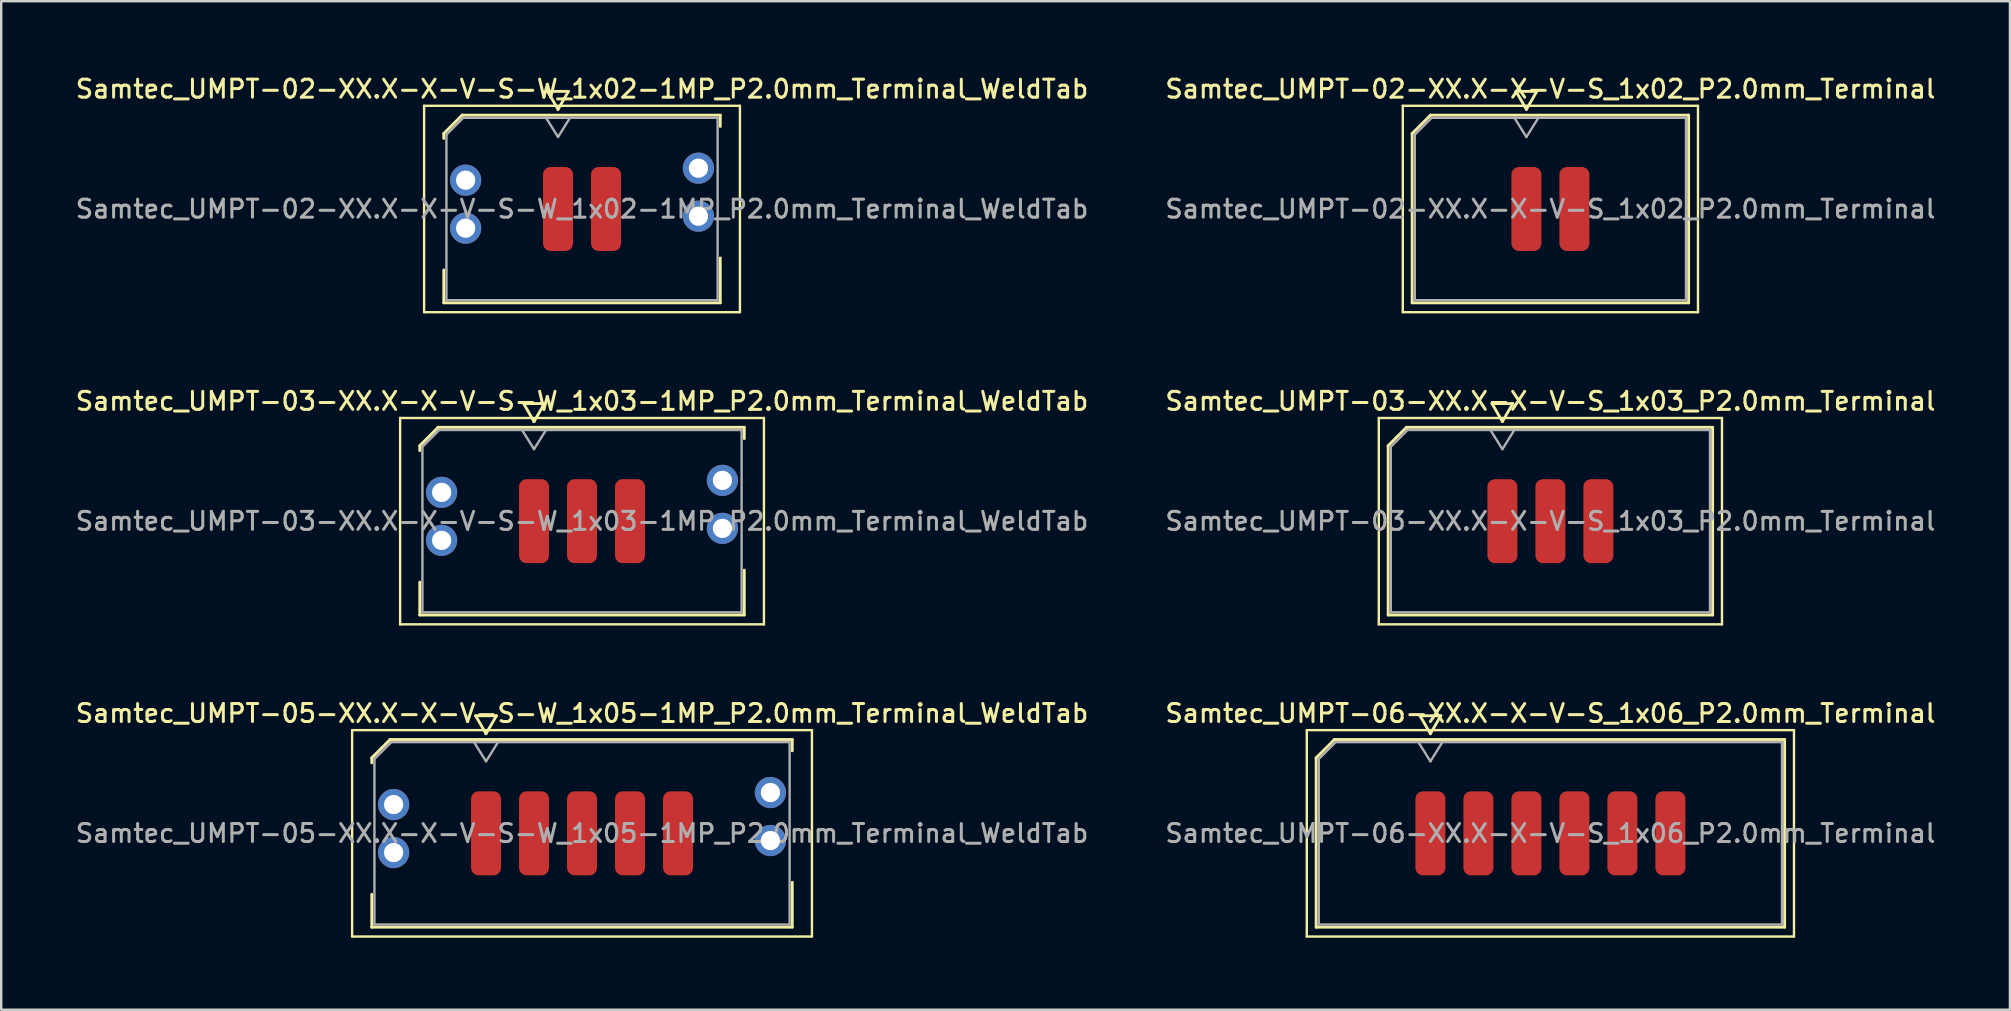
<source format=kicad_pcb>
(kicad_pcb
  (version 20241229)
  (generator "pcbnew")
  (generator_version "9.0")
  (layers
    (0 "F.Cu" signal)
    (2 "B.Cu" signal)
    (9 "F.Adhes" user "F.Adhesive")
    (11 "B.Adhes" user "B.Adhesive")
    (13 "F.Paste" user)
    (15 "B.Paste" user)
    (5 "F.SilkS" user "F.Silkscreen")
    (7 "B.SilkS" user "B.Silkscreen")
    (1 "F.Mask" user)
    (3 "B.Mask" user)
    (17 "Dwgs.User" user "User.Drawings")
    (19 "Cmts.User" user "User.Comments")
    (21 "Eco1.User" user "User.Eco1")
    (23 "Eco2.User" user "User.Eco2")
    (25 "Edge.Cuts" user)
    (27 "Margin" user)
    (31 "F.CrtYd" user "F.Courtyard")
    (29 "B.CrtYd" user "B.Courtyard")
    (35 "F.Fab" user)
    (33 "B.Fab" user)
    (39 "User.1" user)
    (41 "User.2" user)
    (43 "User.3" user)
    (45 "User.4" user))
  (footprint "Samtec_UMPT-06-XX.X-X-V-S_1x06_P2.0mm_Terminal"
    (layer "F.Cu")
    (at 61.552 31.674)
    (property "Reference" "Samtec_UMPT-06-XX.X-X-V-S_1x06_P2.0mm_Terminal" (at 0 -5 0) (layer "F.SilkS") (effects (font (size 0.75 0.75) (thickness 0.125))))
    (attr smd)
    (fp_line (start -10.15 -4.3) (end -10.15 4.3) (stroke (width 0.1) (type solid)) (layer "F.SilkS"))
    (fp_line (start -10.15 4.3) (end 10.15 4.3) (stroke (width 0.1) (type solid)) (layer "F.SilkS"))
    (fp_line (start -9.76 -3.146) (end -8.996 -3.91) (stroke (width 0.12) (type solid)) (layer "F.SilkS"))
    (fp_line (start -9.76 3.91) (end -9.76 -3.146) (stroke (width 0.12) (type solid)) (layer "F.SilkS"))
    (fp_line (start -8.996 -3.91) (end 9.76 -3.91) (stroke (width 0.12) (type solid)) (layer "F.SilkS"))
    (fp_line (start -5.433 -4.9) (end -5 -4.15) (stroke (width 0.12) (type solid)) (layer "F.SilkS"))
    (fp_line (start -5 -4.15) (end -4.567 -4.9) (stroke (width 0.12) (type solid)) (layer "F.SilkS"))
    (fp_line (start -4.567 -4.9) (end -5.433 -4.9) (stroke (width 0.12) (type solid)) (layer "F.SilkS"))
    (fp_line (start 9.76 -3.91) (end 9.76 3.91) (stroke (width 0.12) (type solid)) (layer "F.SilkS"))
    (fp_line (start 9.76 3.91) (end -9.76 3.91) (stroke (width 0.12) (type solid)) (layer "F.SilkS"))
    (fp_line (start 10.15 -4.3) (end -10.15 -4.3) (stroke (width 0.1) (type solid)) (layer "F.SilkS"))
    (fp_line (start 10.15 4.3) (end 10.15 -4.3) (stroke (width 0.1) (type solid)) (layer "F.SilkS"))
    (fp_line (start -9.65 -3.1) (end -8.95 -3.8) (stroke (width 0.1) (type solid)) (layer "F.Fab"))
    (fp_line (start -9.65 3.8) (end -9.65 -3.1) (stroke (width 0.1) (type solid)) (layer "F.Fab"))
    (fp_line (start -8.95 -3.8) (end 9.65 -3.8) (stroke (width 0.1) (type solid)) (layer "F.Fab"))
    (fp_line (start -5.5 -3.8) (end -5 -3) (stroke (width 0.1) (type solid)) (layer "F.Fab"))
    (fp_line (start -5 -3) (end -4.5 -3.8) (stroke (width 0.1) (type solid)) (layer "F.Fab"))
    (fp_line (start 9.65 -3.8) (end 9.65 3.8) (stroke (width 0.1) (type solid)) (layer "F.Fab"))
    (fp_line (start 9.65 3.8) (end -9.65 3.8) (stroke (width 0.1) (type solid)) (layer "F.Fab"))
    (fp_text user "${REFERENCE}" (at 0 0 0) (layer "F.Fab") (effects (font (size 0.75 0.75) (thickness 0.125))))
    (pad "1" smd roundrect (at -5 0) (size 1.25 3.5) (layers "F.Cu" "F.Mask" "F.Paste") (roundrect_rratio 0.25))
    (pad "2" smd roundrect (at -3 0) (size 1.25 3.5) (layers "F.Cu" "F.Mask" "F.Paste") (roundrect_rratio 0.25))
    (pad "3" smd roundrect (at -1 0) (size 1.25 3.5) (layers "F.Cu" "F.Mask" "F.Paste") (roundrect_rratio 0.25))
    (pad "4" smd roundrect (at 1 0) (size 1.25 3.5) (layers "F.Cu" "F.Mask" "F.Paste") (roundrect_rratio 0.25))
    (pad "5" smd roundrect (at 3 0) (size 1.25 3.5) (layers "F.Cu" "F.Mask" "F.Paste") (roundrect_rratio 0.25))
    (pad "6" smd roundrect (at 5 0) (size 1.25 3.5) (layers "F.Cu" "F.Mask" "F.Paste") (roundrect_rratio 0.25)))
  (footprint "Samtec_UMPT-02-XX.X-X-V-S_1x02_P2.0mm_Terminal"
    (layer "F.Cu")
    (at 61.552 5.658)
    (property "Reference" "Samtec_UMPT-02-XX.X-X-V-S_1x02_P2.0mm_Terminal" (at 0 -5 0) (layer "F.SilkS") (effects (font (size 0.75 0.75) (thickness 0.125))))
    (attr smd)
    (fp_line (start -6.15 -4.3) (end -6.15 4.3) (stroke (width 0.1) (type solid)) (layer "F.SilkS"))
    (fp_line (start -6.15 4.3) (end 6.15 4.3) (stroke (width 0.1) (type solid)) (layer "F.SilkS"))
    (fp_line (start -5.76 -3.146) (end -4.996 -3.91) (stroke (width 0.12) (type solid)) (layer "F.SilkS"))
    (fp_line (start -5.76 3.91) (end -5.76 -3.146) (stroke (width 0.12) (type solid)) (layer "F.SilkS"))
    (fp_line (start -4.996 -3.91) (end 5.76 -3.91) (stroke (width 0.12) (type solid)) (layer "F.SilkS"))
    (fp_line (start -1.433 -4.9) (end -1 -4.15) (stroke (width 0.12) (type solid)) (layer "F.SilkS"))
    (fp_line (start -1 -4.15) (end -0.567 -4.9) (stroke (width 0.12) (type solid)) (layer "F.SilkS"))
    (fp_line (start -0.567 -4.9) (end -1.433 -4.9) (stroke (width 0.12) (type solid)) (layer "F.SilkS"))
    (fp_line (start 5.76 -3.91) (end 5.76 3.91) (stroke (width 0.12) (type solid)) (layer "F.SilkS"))
    (fp_line (start 5.76 3.91) (end -5.76 3.91) (stroke (width 0.12) (type solid)) (layer "F.SilkS"))
    (fp_line (start 6.15 -4.3) (end -6.15 -4.3) (stroke (width 0.1) (type solid)) (layer "F.SilkS"))
    (fp_line (start 6.15 4.3) (end 6.15 -4.3) (stroke (width 0.1) (type solid)) (layer "F.SilkS"))
    (fp_line (start -5.65 -3.1) (end -4.95 -3.8) (stroke (width 0.1) (type solid)) (layer "F.Fab"))
    (fp_line (start -5.65 3.8) (end -5.65 -3.1) (stroke (width 0.1) (type solid)) (layer "F.Fab"))
    (fp_line (start -4.95 -3.8) (end 5.65 -3.8) (stroke (width 0.1) (type solid)) (layer "F.Fab"))
    (fp_line (start -1.5 -3.8) (end -1 -3) (stroke (width 0.1) (type solid)) (layer "F.Fab"))
    (fp_line (start -1 -3) (end -0.5 -3.8) (stroke (width 0.1) (type solid)) (layer "F.Fab"))
    (fp_line (start 5.65 -3.8) (end 5.65 3.8) (stroke (width 0.1) (type solid)) (layer "F.Fab"))
    (fp_line (start 5.65 3.8) (end -5.65 3.8) (stroke (width 0.1) (type solid)) (layer "F.Fab"))
    (fp_text user "${REFERENCE}" (at 0 0 0) (layer "F.Fab") (effects (font (size 0.75 0.75) (thickness 0.125))))
    (pad "1" smd roundrect (at -1 0) (size 1.25 3.5) (layers "F.Cu" "F.Mask" "F.Paste") (roundrect_rratio 0.25))
    (pad "2" smd roundrect (at 1 0) (size 1.25 3.5) (layers "F.Cu" "F.Mask" "F.Paste") (roundrect_rratio 0.25)))
  (footprint "Samtec_UMPT-02-XX.X-X-V-S-W_1x02-1MP_P2.0mm_Terminal_WeldTab"
    (layer "F.Cu")
    (at 21.202 5.658)
    (property "Reference" "Samtec_UMPT-02-XX.X-X-V-S-W_1x02-1MP_P2.0mm_Terminal_WeldTab" (at 0 -5 0) (layer "F.SilkS") (effects (font (size 0.75 0.75) (thickness 0.125))))
    (attr smd)
    (fp_line (start -6.58 -4.3) (end -6.58 4.3) (stroke (width 0.1) (type solid)) (layer "F.SilkS"))
    (fp_line (start -6.58 4.3) (end 6.58 4.3) (stroke (width 0.1) (type solid)) (layer "F.SilkS"))
    (fp_line (start -5.76 -3.146) (end -4.996 -3.91) (stroke (width 0.12) (type solid)) (layer "F.SilkS"))
    (fp_line (start -5.76 -2.94) (end -5.76 -3.146) (stroke (width 0.12) (type solid)) (layer "F.SilkS"))
    (fp_line (start -5.76 3.91) (end -5.76 2.54) (stroke (width 0.12) (type solid)) (layer "F.SilkS"))
    (fp_line (start -4.996 -3.91) (end 5.76 -3.91) (stroke (width 0.12) (type solid)) (layer "F.SilkS"))
    (fp_line (start -1.433 -4.9) (end -1 -4.15) (stroke (width 0.12) (type solid)) (layer "F.SilkS"))
    (fp_line (start -1 -4.15) (end -0.567 -4.9) (stroke (width 0.12) (type solid)) (layer "F.SilkS"))
    (fp_line (start -0.567 -4.9) (end -1.433 -4.9) (stroke (width 0.12) (type solid)) (layer "F.SilkS"))
    (fp_line (start 5.76 -3.91) (end 5.76 -3.44) (stroke (width 0.12) (type solid)) (layer "F.SilkS"))
    (fp_line (start 5.76 2.04) (end 5.76 3.91) (stroke (width 0.12) (type solid)) (layer "F.SilkS"))
    (fp_line (start 5.76 3.91) (end -5.76 3.91) (stroke (width 0.12) (type solid)) (layer "F.SilkS"))
    (fp_line (start 6.58 -4.3) (end -6.58 -4.3) (stroke (width 0.1) (type solid)) (layer "F.SilkS"))
    (fp_line (start 6.58 4.3) (end 6.58 -4.3) (stroke (width 0.1) (type solid)) (layer "F.SilkS"))
    (fp_line (start -5.65 -3.1) (end -4.95 -3.8) (stroke (width 0.1) (type solid)) (layer "F.Fab"))
    (fp_line (start -5.65 3.8) (end -5.65 -3.1) (stroke (width 0.1) (type solid)) (layer "F.Fab"))
    (fp_line (start -4.95 -3.8) (end 5.65 -3.8) (stroke (width 0.1) (type solid)) (layer "F.Fab"))
    (fp_line (start -1.5 -3.8) (end -1 -3) (stroke (width 0.1) (type solid)) (layer "F.Fab"))
    (fp_line (start -1 -3) (end -0.5 -3.8) (stroke (width 0.1) (type solid)) (layer "F.Fab"))
    (fp_line (start 5.65 -3.8) (end 5.65 3.8) (stroke (width 0.1) (type solid)) (layer "F.Fab"))
    (fp_line (start 5.65 3.8) (end -5.65 3.8) (stroke (width 0.1) (type solid)) (layer "F.Fab"))
    (fp_text user "${REFERENCE}" (at 0 0 0) (layer "F.Fab") (effects (font (size 0.75 0.75) (thickness 0.125))))
    (pad "" smd rect (at -4.85 -1.54) (size 2.45 2.28) (layers "F.Paste"))
    (pad "" smd rect (at -4.85 1.14) (size 2.45 2.28) (layers "F.Paste"))
    (pad "" smd rect (at 4.85 -2.04) (size 2.45 2.28) (layers "F.Paste"))
    (pad "" smd rect (at 4.85 0.64) (size 2.45 2.28) (layers "F.Paste"))
    (pad "1" smd roundrect (at -1 0) (size 1.25 3.5) (layers "F.Cu" "F.Mask" "F.Paste") (roundrect_rratio 0.25))
    (pad "2" smd roundrect (at 1 0) (size 1.25 3.5) (layers "F.Cu" "F.Mask" "F.Paste") (roundrect_rratio 0.25))
    (pad "MP" thru_hole circle (at -4.85 -1.2) (size 1.3 1.3) (drill 0.8) (layers "*.Cu" "*.Mask"))
    (pad "MP" thru_hole circle (at -4.85 0.8) (size 1.3 1.3) (drill 0.8) (layers "*.Cu" "*.Mask"))
    (pad "MP" thru_hole circle (at 4.85 -1.7) (size 1.3 1.3) (drill 0.8) (layers "*.Cu" "*.Mask"))
    (pad "MP" thru_hole circle (at 4.85 0.3) (size 1.3 1.3) (drill 0.8) (layers "*.Cu" "*.Mask")))
  (footprint "Samtec_UMPT-03-XX.X-X-V-S_1x03_P2.0mm_Terminal"
    (layer "F.Cu")
    (at 61.552 18.666)
    (property "Reference" "Samtec_UMPT-03-XX.X-X-V-S_1x03_P2.0mm_Terminal" (at 0 -5 0) (layer "F.SilkS") (effects (font (size 0.75 0.75) (thickness 0.125))))
    (attr smd)
    (fp_line (start -7.15 -4.3) (end -7.15 4.3) (stroke (width 0.1) (type solid)) (layer "F.SilkS"))
    (fp_line (start -7.15 4.3) (end 7.15 4.3) (stroke (width 0.1) (type solid)) (layer "F.SilkS"))
    (fp_line (start -6.76 -3.146) (end -5.996 -3.91) (stroke (width 0.12) (type solid)) (layer "F.SilkS"))
    (fp_line (start -6.76 3.91) (end -6.76 -3.146) (stroke (width 0.12) (type solid)) (layer "F.SilkS"))
    (fp_line (start -5.996 -3.91) (end 6.76 -3.91) (stroke (width 0.12) (type solid)) (layer "F.SilkS"))
    (fp_line (start -2.433 -4.9) (end -2 -4.15) (stroke (width 0.12) (type solid)) (layer "F.SilkS"))
    (fp_line (start -2 -4.15) (end -1.567 -4.9) (stroke (width 0.12) (type solid)) (layer "F.SilkS"))
    (fp_line (start -1.567 -4.9) (end -2.433 -4.9) (stroke (width 0.12) (type solid)) (layer "F.SilkS"))
    (fp_line (start 6.76 -3.91) (end 6.76 3.91) (stroke (width 0.12) (type solid)) (layer "F.SilkS"))
    (fp_line (start 6.76 3.91) (end -6.76 3.91) (stroke (width 0.12) (type solid)) (layer "F.SilkS"))
    (fp_line (start 7.15 -4.3) (end -7.15 -4.3) (stroke (width 0.1) (type solid)) (layer "F.SilkS"))
    (fp_line (start 7.15 4.3) (end 7.15 -4.3) (stroke (width 0.1) (type solid)) (layer "F.SilkS"))
    (fp_line (start -6.65 -3.1) (end -5.95 -3.8) (stroke (width 0.1) (type solid)) (layer "F.Fab"))
    (fp_line (start -6.65 3.8) (end -6.65 -3.1) (stroke (width 0.1) (type solid)) (layer "F.Fab"))
    (fp_line (start -5.95 -3.8) (end 6.65 -3.8) (stroke (width 0.1) (type solid)) (layer "F.Fab"))
    (fp_line (start -2.5 -3.8) (end -2 -3) (stroke (width 0.1) (type solid)) (layer "F.Fab"))
    (fp_line (start -2 -3) (end -1.5 -3.8) (stroke (width 0.1) (type solid)) (layer "F.Fab"))
    (fp_line (start 6.65 -3.8) (end 6.65 3.8) (stroke (width 0.1) (type solid)) (layer "F.Fab"))
    (fp_line (start 6.65 3.8) (end -6.65 3.8) (stroke (width 0.1) (type solid)) (layer "F.Fab"))
    (fp_text user "${REFERENCE}" (at 0 0 0) (layer "F.Fab") (effects (font (size 0.75 0.75) (thickness 0.125))))
    (pad "1" smd roundrect (at -2 0) (size 1.25 3.5) (layers "F.Cu" "F.Mask" "F.Paste") (roundrect_rratio 0.25))
    (pad "2" smd roundrect (at 0 0) (size 1.25 3.5) (layers "F.Cu" "F.Mask" "F.Paste") (roundrect_rratio 0.25))
    (pad "3" smd roundrect (at 2 0) (size 1.25 3.5) (layers "F.Cu" "F.Mask" "F.Paste") (roundrect_rratio 0.25)))
  (footprint "Samtec_UMPT-03-XX.X-X-V-S-W_1x03-1MP_P2.0mm_Terminal_WeldTab"
    (layer "F.Cu")
    (at 21.202 18.666)
    (property "Reference" "Samtec_UMPT-03-XX.X-X-V-S-W_1x03-1MP_P2.0mm_Terminal_WeldTab" (at 0 -5 0) (layer "F.SilkS") (effects (font (size 0.75 0.75) (thickness 0.125))))
    (attr smd)
    (fp_line (start -7.58 -4.3) (end -7.58 4.3) (stroke (width 0.1) (type solid)) (layer "F.SilkS"))
    (fp_line (start -7.58 4.3) (end 7.58 4.3) (stroke (width 0.1) (type solid)) (layer "F.SilkS"))
    (fp_line (start -6.76 -3.146) (end -5.996 -3.91) (stroke (width 0.12) (type solid)) (layer "F.SilkS"))
    (fp_line (start -6.76 -2.94) (end -6.76 -3.146) (stroke (width 0.12) (type solid)) (layer "F.SilkS"))
    (fp_line (start -6.76 3.91) (end -6.76 2.54) (stroke (width 0.12) (type solid)) (layer "F.SilkS"))
    (fp_line (start -5.996 -3.91) (end 6.76 -3.91) (stroke (width 0.12) (type solid)) (layer "F.SilkS"))
    (fp_line (start -2.433 -4.9) (end -2 -4.15) (stroke (width 0.12) (type solid)) (layer "F.SilkS"))
    (fp_line (start -2 -4.15) (end -1.567 -4.9) (stroke (width 0.12) (type solid)) (layer "F.SilkS"))
    (fp_line (start -1.567 -4.9) (end -2.433 -4.9) (stroke (width 0.12) (type solid)) (layer "F.SilkS"))
    (fp_line (start 6.76 -3.91) (end 6.76 -3.44) (stroke (width 0.12) (type solid)) (layer "F.SilkS"))
    (fp_line (start 6.76 2.04) (end 6.76 3.91) (stroke (width 0.12) (type solid)) (layer "F.SilkS"))
    (fp_line (start 6.76 3.91) (end -6.76 3.91) (stroke (width 0.12) (type solid)) (layer "F.SilkS"))
    (fp_line (start 7.58 -4.3) (end -7.58 -4.3) (stroke (width 0.1) (type solid)) (layer "F.SilkS"))
    (fp_line (start 7.58 4.3) (end 7.58 -4.3) (stroke (width 0.1) (type solid)) (layer "F.SilkS"))
    (fp_line (start -6.65 -3.1) (end -5.95 -3.8) (stroke (width 0.1) (type solid)) (layer "F.Fab"))
    (fp_line (start -6.65 3.8) (end -6.65 -3.1) (stroke (width 0.1) (type solid)) (layer "F.Fab"))
    (fp_line (start -5.95 -3.8) (end 6.65 -3.8) (stroke (width 0.1) (type solid)) (layer "F.Fab"))
    (fp_line (start -2.5 -3.8) (end -2 -3) (stroke (width 0.1) (type solid)) (layer "F.Fab"))
    (fp_line (start -2 -3) (end -1.5 -3.8) (stroke (width 0.1) (type solid)) (layer "F.Fab"))
    (fp_line (start 6.65 -3.8) (end 6.65 3.8) (stroke (width 0.1) (type solid)) (layer "F.Fab"))
    (fp_line (start 6.65 3.8) (end -6.65 3.8) (stroke (width 0.1) (type solid)) (layer "F.Fab"))
    (fp_text user "${REFERENCE}" (at 0 0 0) (layer "F.Fab") (effects (font (size 0.75 0.75) (thickness 0.125))))
    (pad "" smd rect (at -5.85 -1.54) (size 2.45 2.28) (layers "F.Paste"))
    (pad "" smd rect (at -5.85 1.14) (size 2.45 2.28) (layers "F.Paste"))
    (pad "" smd rect (at 5.85 -2.04) (size 2.45 2.28) (layers "F.Paste"))
    (pad "" smd rect (at 5.85 0.64) (size 2.45 2.28) (layers "F.Paste"))
    (pad "1" smd roundrect (at -2 0) (size 1.25 3.5) (layers "F.Cu" "F.Mask" "F.Paste") (roundrect_rratio 0.25))
    (pad "2" smd roundrect (at 0 0) (size 1.25 3.5) (layers "F.Cu" "F.Mask" "F.Paste") (roundrect_rratio 0.25))
    (pad "3" smd roundrect (at 2 0) (size 1.25 3.5) (layers "F.Cu" "F.Mask" "F.Paste") (roundrect_rratio 0.25))
    (pad "MP" thru_hole circle (at -5.85 -1.2) (size 1.3 1.3) (drill 0.8) (layers "*.Cu" "*.Mask"))
    (pad "MP" thru_hole circle (at -5.85 0.8) (size 1.3 1.3) (drill 0.8) (layers "*.Cu" "*.Mask"))
    (pad "MP" thru_hole circle (at 5.85 -1.7) (size 1.3 1.3) (drill 0.8) (layers "*.Cu" "*.Mask"))
    (pad "MP" thru_hole circle (at 5.85 0.3) (size 1.3 1.3) (drill 0.8) (layers "*.Cu" "*.Mask")))
  (footprint "Samtec_UMPT-05-XX.X-X-V-S-W_1x05-1MP_P2.0mm_Terminal_WeldTab"
    (layer "F.Cu")
    (at 21.202 31.674)
    (property "Reference" "Samtec_UMPT-05-XX.X-X-V-S-W_1x05-1MP_P2.0mm_Terminal_WeldTab" (at 0 -5 0) (layer "F.SilkS") (effects (font (size 0.75 0.75) (thickness 0.125))))
    (attr smd)
    (fp_line (start -9.58 -4.3) (end -9.58 4.3) (stroke (width 0.1) (type solid)) (layer "F.SilkS"))
    (fp_line (start -9.58 4.3) (end 9.58 4.3) (stroke (width 0.1) (type solid)) (layer "F.SilkS"))
    (fp_line (start -8.76 -3.146) (end -7.996 -3.91) (stroke (width 0.12) (type solid)) (layer "F.SilkS"))
    (fp_line (start -8.76 -2.94) (end -8.76 -3.146) (stroke (width 0.12) (type solid)) (layer "F.SilkS"))
    (fp_line (start -8.76 3.91) (end -8.76 2.54) (stroke (width 0.12) (type solid)) (layer "F.SilkS"))
    (fp_line (start -7.996 -3.91) (end 8.76 -3.91) (stroke (width 0.12) (type solid)) (layer "F.SilkS"))
    (fp_line (start -4.433 -4.9) (end -4 -4.15) (stroke (width 0.12) (type solid)) (layer "F.SilkS"))
    (fp_line (start -4 -4.15) (end -3.567 -4.9) (stroke (width 0.12) (type solid)) (layer "F.SilkS"))
    (fp_line (start -3.567 -4.9) (end -4.433 -4.9) (stroke (width 0.12) (type solid)) (layer "F.SilkS"))
    (fp_line (start 8.76 -3.91) (end 8.76 -3.44) (stroke (width 0.12) (type solid)) (layer "F.SilkS"))
    (fp_line (start 8.76 2.04) (end 8.76 3.91) (stroke (width 0.12) (type solid)) (layer "F.SilkS"))
    (fp_line (start 8.76 3.91) (end -8.76 3.91) (stroke (width 0.12) (type solid)) (layer "F.SilkS"))
    (fp_line (start 9.58 -4.3) (end -9.58 -4.3) (stroke (width 0.1) (type solid)) (layer "F.SilkS"))
    (fp_line (start 9.58 4.3) (end 9.58 -4.3) (stroke (width 0.1) (type solid)) (layer "F.SilkS"))
    (fp_line (start -8.65 -3.1) (end -7.95 -3.8) (stroke (width 0.1) (type solid)) (layer "F.Fab"))
    (fp_line (start -8.65 3.8) (end -8.65 -3.1) (stroke (width 0.1) (type solid)) (layer "F.Fab"))
    (fp_line (start -7.95 -3.8) (end 8.65 -3.8) (stroke (width 0.1) (type solid)) (layer "F.Fab"))
    (fp_line (start -4.5 -3.8) (end -4 -3) (stroke (width 0.1) (type solid)) (layer "F.Fab"))
    (fp_line (start -4 -3) (end -3.5 -3.8) (stroke (width 0.1) (type solid)) (layer "F.Fab"))
    (fp_line (start 8.65 -3.8) (end 8.65 3.8) (stroke (width 0.1) (type solid)) (layer "F.Fab"))
    (fp_line (start 8.65 3.8) (end -8.65 3.8) (stroke (width 0.1) (type solid)) (layer "F.Fab"))
    (fp_text user "${REFERENCE}" (at 0 0 0) (layer "F.Fab") (effects (font (size 0.75 0.75) (thickness 0.125))))
    (pad "" smd rect (at -7.85 -1.54) (size 2.45 2.28) (layers "F.Paste"))
    (pad "" smd rect (at -7.85 1.14) (size 2.45 2.28) (layers "F.Paste"))
    (pad "" smd rect (at 7.85 -2.04) (size 2.45 2.28) (layers "F.Paste"))
    (pad "" smd rect (at 7.85 0.64) (size 2.45 2.28) (layers "F.Paste"))
    (pad "1" smd roundrect (at -4 0) (size 1.25 3.5) (layers "F.Cu" "F.Mask" "F.Paste") (roundrect_rratio 0.25))
    (pad "2" smd roundrect (at -2 0) (size 1.25 3.5) (layers "F.Cu" "F.Mask" "F.Paste") (roundrect_rratio 0.25))
    (pad "3" smd roundrect (at 0 0) (size 1.25 3.5) (layers "F.Cu" "F.Mask" "F.Paste") (roundrect_rratio 0.25))
    (pad "4" smd roundrect (at 2 0) (size 1.25 3.5) (layers "F.Cu" "F.Mask" "F.Paste") (roundrect_rratio 0.25))
    (pad "5" smd roundrect (at 4 0) (size 1.25 3.5) (layers "F.Cu" "F.Mask" "F.Paste") (roundrect_rratio 0.25))
    (pad "MP" thru_hole circle (at -7.85 -1.2) (size 1.3 1.3) (drill 0.8) (layers "*.Cu" "*.Mask"))
    (pad "MP" thru_hole circle (at -7.85 0.8) (size 1.3 1.3) (drill 0.8) (layers "*.Cu" "*.Mask"))
    (pad "MP" thru_hole circle (at 7.85 -1.7) (size 1.3 1.3) (drill 0.8) (layers "*.Cu" "*.Mask"))
    (pad "MP" thru_hole circle (at 7.85 0.3) (size 1.3 1.3) (drill 0.8) (layers "*.Cu" "*.Mask")))
  (gr_rect
    (start -3 -3)
    (end 80.7 39.024)
    (stroke (width 0.1) (type default))
    (fill no)
    (layer "Edge.Cuts")))
</source>
